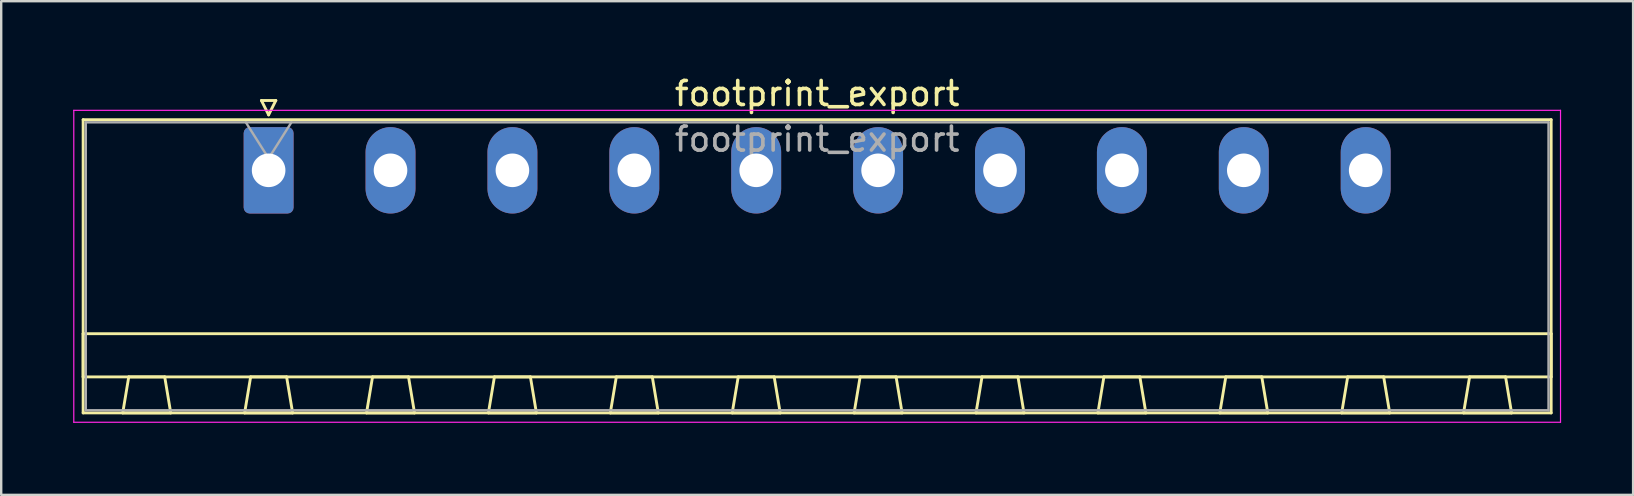
<source format=kicad_pcb>
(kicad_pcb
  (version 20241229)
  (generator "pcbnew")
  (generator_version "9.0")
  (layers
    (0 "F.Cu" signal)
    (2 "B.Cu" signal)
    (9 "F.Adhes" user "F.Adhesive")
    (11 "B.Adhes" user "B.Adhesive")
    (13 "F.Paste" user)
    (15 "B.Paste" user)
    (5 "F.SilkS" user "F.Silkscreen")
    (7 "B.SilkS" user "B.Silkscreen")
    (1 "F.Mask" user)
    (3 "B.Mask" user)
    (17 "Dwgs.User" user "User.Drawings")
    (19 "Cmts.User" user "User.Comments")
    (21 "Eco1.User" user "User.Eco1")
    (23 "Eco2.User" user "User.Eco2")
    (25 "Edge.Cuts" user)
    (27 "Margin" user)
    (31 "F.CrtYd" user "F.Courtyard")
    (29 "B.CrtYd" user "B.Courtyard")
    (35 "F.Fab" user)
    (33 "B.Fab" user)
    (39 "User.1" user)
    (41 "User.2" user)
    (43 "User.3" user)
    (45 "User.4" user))
  (footprint "footprint_export"
    (layer "F.Cu")
    (at 8.145 4.048)
    (property "Reference" "footprint_export" (at 22.86 -3.2 0) (layer "F.SilkS") (effects (font (size 1 1) (thickness 0.15))))
    (attr through_hole)
    (fp_line (start -7.73 -2.11) (end -7.73 10.11) (stroke (width 0.12) (type solid)) (layer "F.SilkS"))
    (fp_line (start -7.73 6.81) (end 53.45 6.81) (stroke (width 0.12) (type solid)) (layer "F.SilkS"))
    (fp_line (start -7.73 8.61) (end -7.73 6.81) (stroke (width 0.12) (type solid)) (layer "F.SilkS"))
    (fp_line (start -7.73 10.11) (end 53.45 10.11) (stroke (width 0.12) (type solid)) (layer "F.SilkS"))
    (fp_line (start -6.08 10.11) (end -4.08 10.11) (stroke (width 0.12) (type solid)) (layer "F.SilkS"))
    (fp_line (start -5.83 8.61) (end -6.08 10.11) (stroke (width 0.12) (type solid)) (layer "F.SilkS"))
    (fp_line (start -4.33 8.61) (end -5.83 8.61) (stroke (width 0.12) (type solid)) (layer "F.SilkS"))
    (fp_line (start -4.08 10.11) (end -4.33 8.61) (stroke (width 0.12) (type solid)) (layer "F.SilkS"))
    (fp_line (start -1 10.11) (end 1 10.11) (stroke (width 0.12) (type solid)) (layer "F.SilkS"))
    (fp_line (start -0.75 8.61) (end -1 10.11) (stroke (width 0.12) (type solid)) (layer "F.SilkS"))
    (fp_line (start -0.3 -2.91) (end 0.3 -2.91) (stroke (width 0.12) (type solid)) (layer "F.SilkS"))
    (fp_line (start 0 -2.31) (end -0.3 -2.91) (stroke (width 0.12) (type solid)) (layer "F.SilkS"))
    (fp_line (start 0.3 -2.91) (end 0 -2.31) (stroke (width 0.12) (type solid)) (layer "F.SilkS"))
    (fp_line (start 0.75 8.61) (end -0.75 8.61) (stroke (width 0.12) (type solid)) (layer "F.SilkS"))
    (fp_line (start 1 10.11) (end 0.75 8.61) (stroke (width 0.12) (type solid)) (layer "F.SilkS"))
    (fp_line (start 4.08 10.11) (end 6.08 10.11) (stroke (width 0.12) (type solid)) (layer "F.SilkS"))
    (fp_line (start 4.33 8.61) (end 4.08 10.11) (stroke (width 0.12) (type solid)) (layer "F.SilkS"))
    (fp_line (start 5.83 8.61) (end 4.33 8.61) (stroke (width 0.12) (type solid)) (layer "F.SilkS"))
    (fp_line (start 6.08 10.11) (end 5.83 8.61) (stroke (width 0.12) (type solid)) (layer "F.SilkS"))
    (fp_line (start 9.16 10.11) (end 11.16 10.11) (stroke (width 0.12) (type solid)) (layer "F.SilkS"))
    (fp_line (start 9.41 8.61) (end 9.16 10.11) (stroke (width 0.12) (type solid)) (layer "F.SilkS"))
    (fp_line (start 10.91 8.61) (end 9.41 8.61) (stroke (width 0.12) (type solid)) (layer "F.SilkS"))
    (fp_line (start 11.16 10.11) (end 10.91 8.61) (stroke (width 0.12) (type solid)) (layer "F.SilkS"))
    (fp_line (start 14.24 10.11) (end 16.24 10.11) (stroke (width 0.12) (type solid)) (layer "F.SilkS"))
    (fp_line (start 14.49 8.61) (end 14.24 10.11) (stroke (width 0.12) (type solid)) (layer "F.SilkS"))
    (fp_line (start 15.99 8.61) (end 14.49 8.61) (stroke (width 0.12) (type solid)) (layer "F.SilkS"))
    (fp_line (start 16.24 10.11) (end 15.99 8.61) (stroke (width 0.12) (type solid)) (layer "F.SilkS"))
    (fp_line (start 19.32 10.11) (end 21.32 10.11) (stroke (width 0.12) (type solid)) (layer "F.SilkS"))
    (fp_line (start 19.57 8.61) (end 19.32 10.11) (stroke (width 0.12) (type solid)) (layer "F.SilkS"))
    (fp_line (start 21.07 8.61) (end 19.57 8.61) (stroke (width 0.12) (type solid)) (layer "F.SilkS"))
    (fp_line (start 21.32 10.11) (end 21.07 8.61) (stroke (width 0.12) (type solid)) (layer "F.SilkS"))
    (fp_line (start 24.4 10.11) (end 26.4 10.11) (stroke (width 0.12) (type solid)) (layer "F.SilkS"))
    (fp_line (start 24.65 8.61) (end 24.4 10.11) (stroke (width 0.12) (type solid)) (layer "F.SilkS"))
    (fp_line (start 26.15 8.61) (end 24.65 8.61) (stroke (width 0.12) (type solid)) (layer "F.SilkS"))
    (fp_line (start 26.4 10.11) (end 26.15 8.61) (stroke (width 0.12) (type solid)) (layer "F.SilkS"))
    (fp_line (start 29.48 10.11) (end 31.48 10.11) (stroke (width 0.12) (type solid)) (layer "F.SilkS"))
    (fp_line (start 29.73 8.61) (end 29.48 10.11) (stroke (width 0.12) (type solid)) (layer "F.SilkS"))
    (fp_line (start 31.23 8.61) (end 29.73 8.61) (stroke (width 0.12) (type solid)) (layer "F.SilkS"))
    (fp_line (start 31.48 10.11) (end 31.23 8.61) (stroke (width 0.12) (type solid)) (layer "F.SilkS"))
    (fp_line (start 34.56 10.11) (end 36.56 10.11) (stroke (width 0.12) (type solid)) (layer "F.SilkS"))
    (fp_line (start 34.81 8.61) (end 34.56 10.11) (stroke (width 0.12) (type solid)) (layer "F.SilkS"))
    (fp_line (start 36.31 8.61) (end 34.81 8.61) (stroke (width 0.12) (type solid)) (layer "F.SilkS"))
    (fp_line (start 36.56 10.11) (end 36.31 8.61) (stroke (width 0.12) (type solid)) (layer "F.SilkS"))
    (fp_line (start 39.64 10.11) (end 41.64 10.11) (stroke (width 0.12) (type solid)) (layer "F.SilkS"))
    (fp_line (start 39.89 8.61) (end 39.64 10.11) (stroke (width 0.12) (type solid)) (layer "F.SilkS"))
    (fp_line (start 41.39 8.61) (end 39.89 8.61) (stroke (width 0.12) (type solid)) (layer "F.SilkS"))
    (fp_line (start 41.64 10.11) (end 41.39 8.61) (stroke (width 0.12) (type solid)) (layer "F.SilkS"))
    (fp_line (start 44.72 10.11) (end 46.72 10.11) (stroke (width 0.12) (type solid)) (layer "F.SilkS"))
    (fp_line (start 44.97 8.61) (end 44.72 10.11) (stroke (width 0.12) (type solid)) (layer "F.SilkS"))
    (fp_line (start 46.47 8.61) (end 44.97 8.61) (stroke (width 0.12) (type solid)) (layer "F.SilkS"))
    (fp_line (start 46.72 10.11) (end 46.47 8.61) (stroke (width 0.12) (type solid)) (layer "F.SilkS"))
    (fp_line (start 49.8 10.11) (end 51.8 10.11) (stroke (width 0.12) (type solid)) (layer "F.SilkS"))
    (fp_line (start 50.05 8.61) (end 49.8 10.11) (stroke (width 0.12) (type solid)) (layer "F.SilkS"))
    (fp_line (start 51.55 8.61) (end 50.05 8.61) (stroke (width 0.12) (type solid)) (layer "F.SilkS"))
    (fp_line (start 51.8 10.11) (end 51.55 8.61) (stroke (width 0.12) (type solid)) (layer "F.SilkS"))
    (fp_line (start 53.45 -2.11) (end -7.73 -2.11) (stroke (width 0.12) (type solid)) (layer "F.SilkS"))
    (fp_line (start 53.45 6.81) (end 53.45 8.61) (stroke (width 0.12) (type solid)) (layer "F.SilkS"))
    (fp_line (start 53.45 8.61) (end -7.73 8.61) (stroke (width 0.12) (type solid)) (layer "F.SilkS"))
    (fp_line (start 53.45 10.11) (end 53.45 -2.11) (stroke (width 0.12) (type solid)) (layer "F.SilkS"))
    (fp_line (start -8.12 -2.5) (end -8.12 10.5) (stroke (width 0.05) (type solid)) (layer "F.CrtYd"))
    (fp_line (start -8.12 10.5) (end 53.84 10.5) (stroke (width 0.05) (type solid)) (layer "F.CrtYd"))
    (fp_line (start 53.84 -2.5) (end -8.12 -2.5) (stroke (width 0.05) (type solid)) (layer "F.CrtYd"))
    (fp_line (start 53.84 10.5) (end 53.84 -2.5) (stroke (width 0.05) (type solid)) (layer "F.CrtYd"))
    (fp_line (start -7.62 -2) (end -7.62 10) (stroke (width 0.1) (type solid)) (layer "F.Fab"))
    (fp_line (start -7.62 10) (end 53.34 10) (stroke (width 0.1) (type solid)) (layer "F.Fab"))
    (fp_line (start 0 -0.5) (end -0.95 -2) (stroke (width 0.1) (type solid)) (layer "F.Fab"))
    (fp_line (start 0.95 -2) (end 0 -0.5) (stroke (width 0.1) (type solid)) (layer "F.Fab"))
    (fp_line (start 53.34 -2) (end -7.62 -2) (stroke (width 0.1) (type solid)) (layer "F.Fab"))
    (fp_line (start 53.34 10) (end 53.34 -2) (stroke (width 0.1) (type solid)) (layer "F.Fab"))
    (fp_text user "${REFERENCE}" (at 22.86 -1.3 0) (layer "F.Fab") (effects (font (size 1 1) (thickness 0.15))))
    (pad "1" thru_hole roundrect (at 0 0) (size 2.08 3.6) (drill 1.4) (layers "*.Cu" "*.Mask") (roundrect_rratio 0.12))
    (pad "2" thru_hole oval (at 5.08 0) (size 2.08 3.6) (drill 1.4) (layers "*.Cu" "*.Mask"))
    (pad "3" thru_hole oval (at 10.16 0) (size 2.08 3.6) (drill 1.4) (layers "*.Cu" "*.Mask"))
    (pad "4" thru_hole oval (at 15.24 0) (size 2.08 3.6) (drill 1.4) (layers "*.Cu" "*.Mask"))
    (pad "5" thru_hole oval (at 20.32 0) (size 2.08 3.6) (drill 1.4) (layers "*.Cu" "*.Mask"))
    (pad "6" thru_hole oval (at 25.4 0) (size 2.08 3.6) (drill 1.4) (layers "*.Cu" "*.Mask"))
    (pad "7" thru_hole oval (at 30.48 0) (size 2.08 3.6) (drill 1.4) (layers "*.Cu" "*.Mask"))
    (pad "8" thru_hole oval (at 35.56 0) (size 2.08 3.6) (drill 1.4) (layers "*.Cu" "*.Mask"))
    (pad "9" thru_hole oval (at 40.64 0) (size 2.08 3.6) (drill 1.4) (layers "*.Cu" "*.Mask"))
    (pad "10" thru_hole oval (at 45.72 0) (size 2.08 3.6) (drill 1.4) (layers "*.Cu" "*.Mask")))
  (gr_rect
    (start -3 -3)
    (end 65.01 17.573)
    (stroke (width 0.1) (type default))
    (fill no)
    (layer "Edge.Cuts")))
</source>
